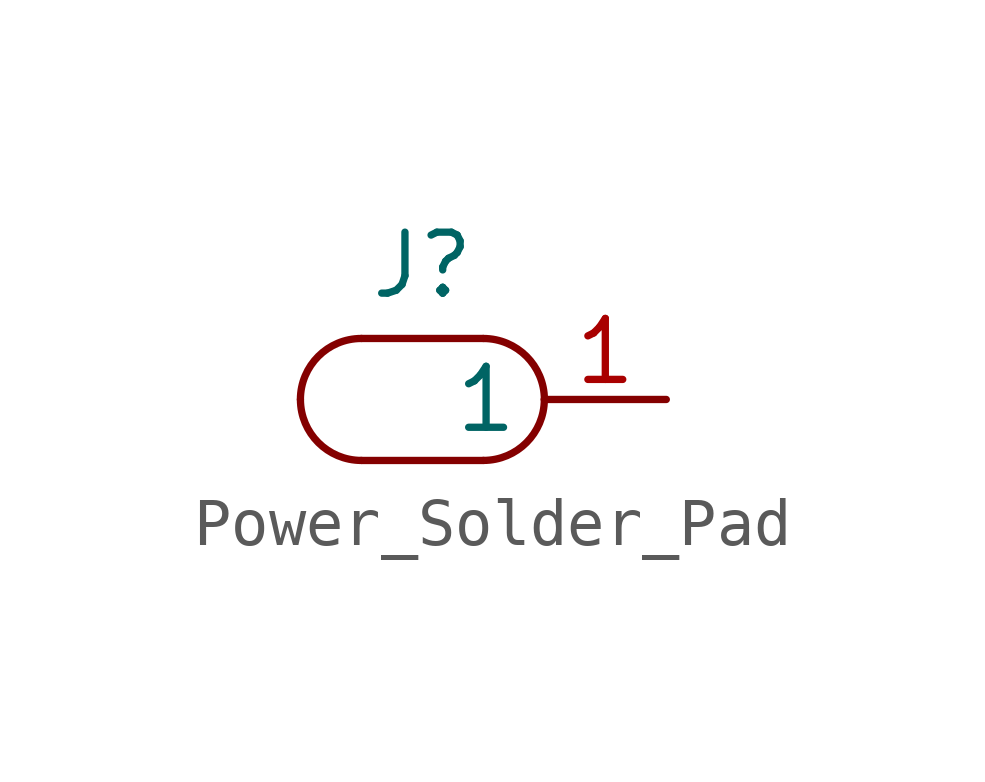
<source format=kicad_sym>
(kicad_symbol_lib
  (version 20241209)
  (generator "kicad_symbol_editor")
  (generator_version "9.0")
  (symbol "Power_Solder_Pad"
    (property "Reference" "J"
      (at 0 2.794 0)
      (effects (font (size 1.27 1.27))))
    (property "Value" ""
      (at 0 0 0)
      (effects (font (size 1.27 1.27))))
    (symbol "Power_Solder_Pad_0_1"
      (polyline (pts (xy -1.27 1.27) (xy 1.27 1.27)) (stroke (width 0) (type default)) (fill (type none)))
      (arc (start -2.54 0) (mid -2.168 0.898) (end -1.27 1.27) (stroke (width 0) (type default)) (fill (type none)))
      (arc (start -1.27 -1.27) (mid -2.168 -0.898) (end -2.54 0) (stroke (width 0) (type default)) (fill (type none)))
      (polyline (pts (xy -1.27 -1.27) (xy 1.27 -1.27)) (stroke (width 0) (type default)) (fill (type none)))
      (arc (start 1.27 1.27) (mid 2.168 0.898) (end 2.54 0) (stroke (width 0) (type default)) (fill (type none)))
      (arc (start 2.54 0) (mid 2.168 -0.898) (end 1.27 -1.27) (stroke (width 0) (type default)) (fill (type none))))
    (symbol "Power_Solder_Pad_1_1"
      (pin input line (at 5.08 0 180) (length 2.54) (name "1" (effects (font (size 1.27 1.27)))) (number "1" (effects (font (size 1.27 1.27))))))))
</source>
